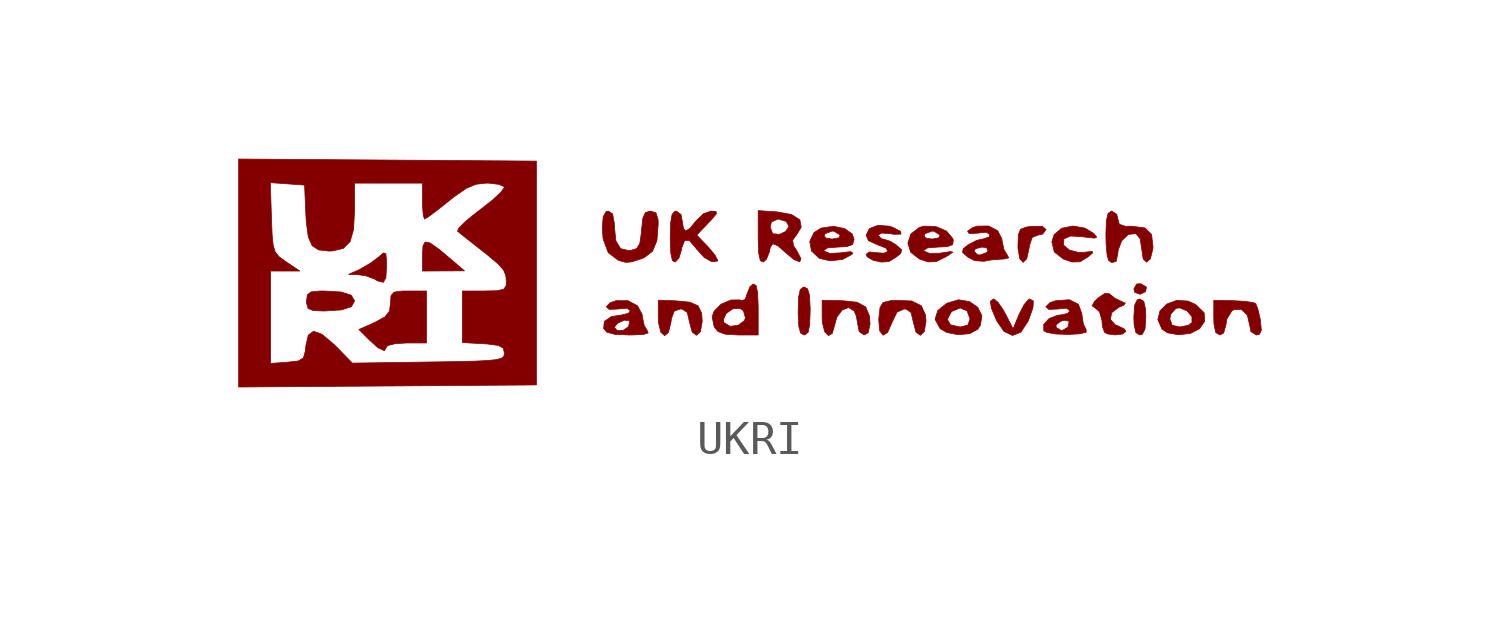
<source format=kicad_sym>
(kicad_symbol_lib
  (version 20231120)
  (generator "kicad_symbol_editor")
  (generator_version "8.0")
  (symbol "UKRI"
    (pin_names
      (offset 1.016))
    (property "Reference" "T"
      (at 0 2.642 0)
      (effects (font (size 1.27 1.27)) (hide yes)))
    (symbol "UKRI_0_0"
      (polyline (pts (xy 11.695 -0.605) (xy 11.724 -0.471) (xy 11.559 -0.373) (xy 11.438 -0.379) (xy 11.354 -0.527) (xy 11.38 -0.625) (xy 11.536 -0.682) (xy 11.695 -0.605)) (stroke (width 0.01) (type default)) (fill (type outline)))
      (polyline (pts (xy -8.867 0.003) (xy -8.252 0.006) (xy -8.662 0.357) (xy -9.003 0.642) (xy -9.26 0.822) (xy -9.404 0.851) (xy -9.467 0.733) (xy -9.481 0.472) (xy -9.481 0) (xy -8.867 0.003)) (stroke (width 0.01) (type default)) (fill (type outline)))
      (polyline (pts (xy 11.604 -1.851) (xy 11.682 -1.693) (xy 11.705 -1.346) (xy 11.698 -1.123) (xy 11.645 -0.888) (xy 11.53 -0.819) (xy 11.455 -0.841) (xy 11.377 -0.999) (xy 11.354 -1.346) (xy 11.361 -1.569) (xy 11.414 -1.804) (xy 11.53 -1.873) (xy 11.604 -1.851)) (stroke (width 0.01) (type default)) (fill (type outline)))
      (polyline (pts (xy -10.553 -0.199) (xy -10.534 0.135) (xy -10.535 0.322) (xy -10.555 0.515) (xy -10.625 0.529) (xy -10.779 0.4) (xy -11.005 0.229) (xy -11.335 0.04) (xy -11.646 -0.098) (xy -11.354 -0.109) (xy -11.139 -0.14) (xy -10.886 -0.234) (xy -10.791 -0.291) (xy -10.629 -0.331) (xy -10.553 -0.199)) (stroke (width 0.01) (type default)) (fill (type outline)))
      (polyline (pts (xy -12.336 -1.17) (xy -11.844 -1.138) (xy -11.561 -1.043) (xy -11.471 -0.878) (xy -11.471 -0.871) (xy -11.568 -0.708) (xy -11.858 -0.615) (xy -12.358 -0.585) (xy -12.485 -0.586) (xy -12.744 -0.611) (xy -12.853 -0.696) (xy -12.876 -0.878) (xy -12.874 -0.949) (xy -12.831 -1.096) (xy -12.68 -1.158) (xy -12.358 -1.171) (xy -12.336 -1.17)) (stroke (width 0.01) (type default)) (fill (type outline)))
      (polyline (pts (xy 1.718 -1.871) (xy 1.812 -1.797) (xy 1.859 -1.578) (xy 1.873 -1.171) (xy 1.873 -1.086) (xy 1.854 -0.713) (xy 1.799 -0.522) (xy 1.697 -0.468) (xy 1.676 -0.47) (xy 1.583 -0.544) (xy 1.535 -0.763) (xy 1.522 -1.171) (xy 1.522 -1.255) (xy 1.541 -1.628) (xy 1.595 -1.819) (xy 1.697 -1.873) (xy 1.718 -1.871)) (stroke (width 0.01) (type default)) (fill (type outline)))
      (polyline (pts (xy 8.217 0.36) (xy 8.289 0.682) (xy 8.297 0.749) (xy 8.378 0.986) (xy 8.552 1.054) (xy 8.681 1.081) (xy 8.779 1.206) (xy 8.778 1.217) (xy 8.672 1.311) (xy 8.369 1.31) (xy 8.205 1.288) (xy 8.035 1.222) (xy 7.97 1.062) (xy 7.96 0.738) (xy 7.961 0.661) (xy 8.013 0.356) (xy 8.112 0.253) (xy 8.217 0.36)) (stroke (width 0.01) (type default)) (fill (type outline)))
      (polyline (pts (xy -10.534 -2.224) (xy -10.495 -2.182) (xy -10.283 -2.128) (xy -9.949 -2.107) (xy -9.364 -2.107) (xy -9.364 -1.346) (xy -9.364 -0.585) (xy -9.891 -0.585) (xy -10.094 -0.587) (xy -10.316 -0.619) (xy -10.403 -0.723) (xy -10.418 -0.942) (xy -10.447 -1.174) (xy -10.581 -1.345) (xy -10.88 -1.506) (xy -11.343 -1.713) (xy -11.029 -2.027) (xy -10.783 -2.248) (xy -10.597 -2.335) (xy -10.534 -2.224)) (stroke (width 0.01) (type default)) (fill (type outline)))
      (polyline (pts (xy 8.047 -1.789) (xy 8.258 -1.467) (xy 8.272 -1.433) (xy 8.4 -1.071) (xy 8.41 -0.877) (xy 8.305 -0.819) (xy 8.274 -0.83) (xy 8.142 -0.981) (xy 7.999 -1.256) (xy 7.817 -1.693) (xy 7.593 -1.256) (xy 7.536 -1.152) (xy 7.374 -0.914) (xy 7.254 -0.819) (xy 7.245 -0.82) (xy 7.152 -0.885) (xy 7.181 -1.089) (xy 7.337 -1.459) (xy 7.546 -1.764) (xy 7.799 -1.888) (xy 8.047 -1.789)) (stroke (width 0.01) (type default)) (fill (type outline)))
      (polyline (pts (xy -2.275 -1.796) (xy -2.202 -1.492) (xy -2.19 -1.394) (xy -2.107 -1.173) (xy -1.931 -1.112) (xy -1.87 -1.116) (xy -1.725 -1.217) (xy -1.661 -1.492) (xy -1.583 -1.786) (xy -1.456 -1.883) (xy -1.339 -1.777) (xy -1.288 -1.47) (xy -1.305 -1.232) (xy -1.409 -1.02) (xy -1.65 -0.912) (xy -2.076 -0.872) (xy -2.575 -0.855) (xy -2.575 -1.364) (xy -2.567 -1.524) (xy -2.497 -1.798) (xy -2.386 -1.893) (xy -2.275 -1.796)) (stroke (width 0.01) (type default)) (fill (type outline)))
      (polyline (pts (xy 2.521 -1.827) (xy 2.597 -1.563) (xy 2.654 -1.354) (xy 2.81 -1.143) (xy 2.999 -1.069) (xy 3.162 -1.171) (xy 3.225 -1.316) (xy 3.276 -1.609) (xy 3.31 -1.773) (xy 3.453 -1.873) (xy 3.572 -1.808) (xy 3.627 -1.551) (xy 3.612 -1.323) (xy 3.502 -1.054) (xy 3.25 -0.915) (xy 2.814 -0.869) (xy 2.224 -0.858) (xy 2.224 -1.365) (xy 2.23 -1.502) (xy 2.298 -1.776) (xy 2.408 -1.891) (xy 2.521 -1.827)) (stroke (width 0.01) (type default)) (fill (type outline)))
      (polyline (pts (xy 5.216 -1.775) (xy 5.267 -1.467) (xy 5.255 -1.294) (xy 5.129 -1.016) (xy 4.846 -0.877) (xy 4.378 -0.859) (xy 4.216 -0.871) (xy 4.009 -0.923) (xy 3.92 -1.069) (xy 3.885 -1.38) (xy 3.882 -1.424) (xy 3.909 -1.752) (xy 4.008 -1.88) (xy 4.143 -1.797) (xy 4.277 -1.492) (xy 4.416 -1.205) (xy 4.623 -1.112) (xy 4.685 -1.116) (xy 4.83 -1.217) (xy 4.894 -1.492) (xy 4.973 -1.788) (xy 5.099 -1.883) (xy 5.216 -1.775)) (stroke (width 0.01) (type default)) (fill (type outline)))
      (polyline (pts (xy 9.777 0.27) (xy 10.015 0.417) (xy 10.146 0.53) (xy 10.137 0.576) (xy 9.92 0.551) (xy 9.738 0.543) (xy 9.465 0.614) (xy 9.298 0.756) (xy 9.302 0.931) (xy 9.312 0.945) (xy 9.502 1.026) (xy 9.876 1.002) (xy 9.948 0.991) (xy 10.2 0.963) (xy 10.267 0.994) (xy 10.183 1.097) (xy 9.923 1.257) (xy 9.568 1.318) (xy 9.237 1.252) (xy 9.018 1.062) (xy 8.952 0.856) (xy 9.024 0.558) (xy 9.293 0.349) (xy 9.54 0.265) (xy 9.777 0.27)) (stroke (width 0.01) (type default)) (fill (type outline)))
      (polyline (pts (xy 11.024 -1.845) (xy 11.12 -1.769) (xy 11.075 -1.697) (xy 10.886 -1.605) (xy 10.814 -1.579) (xy 10.668 -1.421) (xy 10.703 -1.222) (xy 10.915 -1.061) (xy 11.056 -1.004) (xy 11.103 -0.943) (xy 10.944 -0.869) (xy 10.798 -0.797) (xy 10.635 -0.665) (xy 10.511 -0.652) (xy 10.307 -0.788) (xy 10.196 -0.898) (xy 10.133 -1.02) (xy 10.236 -1.093) (xy 10.349 -1.198) (xy 10.418 -1.44) (xy 10.434 -1.627) (xy 10.496 -1.795) (xy 10.589 -1.843) (xy 10.809 -1.871) (xy 11.024 -1.845)) (stroke (width 0.01) (type default)) (fill (type outline)))
      (polyline (pts (xy 15.029 -1.856) (xy 15.088 -1.735) (xy 15.061 -1.449) (xy 15.052 -1.391) (xy 14.985 -1.106) (xy 14.921 -0.952) (xy 14.863 -0.928) (xy 14.62 -0.889) (xy 14.272 -0.869) (xy 13.695 -0.858) (xy 13.695 -1.365) (xy 13.701 -1.56) (xy 13.753 -1.801) (xy 13.87 -1.873) (xy 13.982 -1.819) (xy 14.046 -1.595) (xy 14.082 -1.397) (xy 14.222 -1.171) (xy 14.294 -1.125) (xy 14.509 -1.125) (xy 14.679 -1.296) (xy 14.748 -1.595) (xy 14.782 -1.774) (xy 14.939 -1.873) (xy 15.029 -1.856)) (stroke (width 0.01) (type default)) (fill (type outline)))
      (polyline (pts (xy 6.545 -1.835) (xy 6.784 -1.704) (xy 6.86 -1.588) (xy 6.904 -1.307) (xy 6.781 -1.063) (xy 6.537 -0.895) (xy 6.22 -0.842) (xy 5.875 -0.944) (xy 5.612 -1.156) (xy 5.531 -1.416) (xy 5.89 -1.416) (xy 6.005 -1.202) (xy 6.028 -1.18) (xy 6.266 -1.082) (xy 6.469 -1.166) (xy 6.555 -1.401) (xy 6.495 -1.582) (xy 6.269 -1.639) (xy 6.262 -1.639) (xy 5.984 -1.575) (xy 5.89 -1.416) (xy 5.531 -1.416) (xy 5.531 -1.416) (xy 5.679 -1.683) (xy 5.865 -1.797) (xy 6.203 -1.865) (xy 6.545 -1.835)) (stroke (width 0.01) (type default)) (fill (type outline)))
      (polyline (pts (xy 13.014 -1.826) (xy 13.277 -1.689) (xy 13.429 -1.473) (xy 13.413 -1.222) (xy 13.165 -0.982) (xy 12.943 -0.88) (xy 12.61 -0.86) (xy 12.319 -0.967) (xy 12.119 -1.167) (xy 12.061 -1.401) (xy 12.407 -1.401) (xy 12.44 -1.254) (xy 12.592 -1.092) (xy 12.701 -1.08) (xy 12.909 -1.167) (xy 13.055 -1.335) (xy 13.058 -1.51) (xy 12.944 -1.591) (xy 12.693 -1.639) (xy 12.476 -1.588) (xy 12.407 -1.401) (xy 12.061 -1.401) (xy 12.056 -1.424) (xy 12.179 -1.704) (xy 12.341 -1.81) (xy 12.666 -1.867) (xy 13.014 -1.826)) (stroke (width 0.01) (type default)) (fill (type outline)))
      (polyline (pts (xy 10.836 0.282) (xy 10.886 0.518) (xy 10.891 0.601) (xy 10.998 0.886) (xy 11.193 1.073) (xy 11.416 1.095) (xy 11.539 0.944) (xy 11.588 0.622) (xy 11.627 0.355) (xy 11.728 0.258) (xy 11.839 0.359) (xy 11.911 0.653) (xy 11.915 0.708) (xy 11.873 1.07) (xy 11.677 1.263) (xy 11.306 1.31) (xy 11.097 1.312) (xy 10.928 1.37) (xy 10.886 1.525) (xy 10.853 1.659) (xy 10.71 1.756) (xy 10.696 1.755) (xy 10.599 1.687) (xy 10.549 1.474) (xy 10.535 1.073) (xy 10.542 0.773) (xy 10.57 0.463) (xy 10.613 0.312) (xy 10.705 0.245) (xy 10.836 0.282)) (stroke (width 0.01) (type default)) (fill (type outline)))
      (polyline (pts (xy -3.351 0.269) (xy -3.072 0.358) (xy -2.983 0.394) (xy -2.743 0.579) (xy -2.615 0.89) (xy -2.577 1.375) (xy -2.58 1.506) (xy -2.641 1.703) (xy -2.803 1.756) (xy -2.814 1.756) (xy -2.953 1.71) (xy -3.028 1.544) (xy -3.066 1.2) (xy -3.073 1.1) (xy -3.117 0.803) (xy -3.208 0.659) (xy -3.381 0.604) (xy -3.437 0.598) (xy -3.682 0.657) (xy -3.818 0.888) (xy -3.861 1.317) (xy -3.863 1.401) (xy -3.912 1.672) (xy -4.038 1.756) (xy -4.104 1.74) (xy -4.189 1.59) (xy -4.214 1.251) (xy -4.191 0.94) (xy -4.04 0.537) (xy -3.746 0.315) (xy -3.711 0.303) (xy -3.525 0.253) (xy -3.351 0.269)) (stroke (width 0.01) (type default)) (fill (type outline)))
      (polyline (pts (xy 0.351 -1.102) (xy 0.351 -1.054) (xy 0.335 -0.637) (xy 0.288 -0.422) (xy 0.205 -0.38) (xy 0.11 -0.459) (xy 0.021 -0.684) (xy -0.029 -0.83) (xy -0.132 -0.869) (xy -0.182 -0.846) (xy -0.448 -0.849) (xy -0.736 -0.971) (xy -0.937 -1.172) (xy -0.997 -1.338) (xy -0.981 -1.421) (xy -0.67 -1.421) (xy -0.58 -1.238) (xy -0.389 -1.105) (xy -0.176 -1.096) (xy -0.08 -1.166) (xy -0.022 -1.375) (xy -0.053 -1.453) (xy -0.234 -1.589) (xy -0.47 -1.619) (xy -0.646 -1.517) (xy -0.67 -1.421) (xy -0.981 -1.421) (xy -0.936 -1.639) (xy -0.827 -1.772) (xy -0.61 -1.851) (xy -0.23 -1.873) (xy 0.351 -1.873) (xy 0.351 -1.102)) (stroke (width 0.01) (type default)) (fill (type outline)))
      (polyline (pts (xy 4.184 0.279) (xy 4.396 0.41) (xy 4.525 0.515) (xy 4.554 0.62) (xy 4.396 0.761) (xy 4.223 0.87) (xy 4.016 0.936) (xy 3.956 0.946) (xy 3.863 1.051) (xy 3.863 1.053) (xy 3.966 1.112) (xy 4.214 1.095) (xy 4.337 1.074) (xy 4.536 1.082) (xy 4.522 1.161) (xy 4.285 1.283) (xy 4.189 1.314) (xy 3.86 1.339) (xy 3.61 1.243) (xy 3.512 1.049) (xy 3.582 0.888) (xy 3.864 0.761) (xy 3.883 0.756) (xy 4.098 0.671) (xy 4.149 0.575) (xy 4.037 0.522) (xy 3.797 0.539) (xy 3.607 0.558) (xy 3.512 0.489) (xy 3.543 0.417) (xy 3.716 0.315) (xy 3.965 0.261) (xy 4.184 0.279)) (stroke (width 0.01) (type default)) (fill (type outline)))
      (polyline (pts (xy 2.823 0.339) (xy 3.102 0.491) (xy 3.126 0.524) (xy 3.063 0.568) (xy 2.789 0.537) (xy 2.754 0.531) (xy 2.446 0.517) (xy 2.285 0.582) (xy 2.276 0.607) (xy 2.382 0.677) (xy 2.685 0.702) (xy 2.952 0.715) (xy 3.118 0.78) (xy 3.16 0.927) (xy 3.103 1.088) (xy 2.878 1.245) (xy 2.551 1.31) (xy 2.195 1.258) (xy 1.985 1.125) (xy 1.951 1.054) (xy 2.283 1.054) (xy 2.32 1.096) (xy 2.517 1.171) (xy 2.581 1.162) (xy 2.751 1.054) (xy 2.72 0.973) (xy 2.517 0.936) (xy 2.325 0.967) (xy 2.283 1.054) (xy 1.951 1.054) (xy 1.862 0.867) (xy 1.911 0.589) (xy 2.136 0.374) (xy 2.454 0.299) (xy 2.823 0.339)) (stroke (width 0.01) (type default)) (fill (type outline)))
      (polyline (pts (xy -1.971 0.375) (xy -1.894 0.624) (xy -1.886 0.682) (xy -1.802 0.899) (xy -1.659 0.889) (xy -1.459 0.654) (xy -1.45 0.641) (xy -1.232 0.401) (xy -1.005 0.27) (xy -0.84 0.291) (xy -0.835 0.317) (xy -0.919 0.474) (xy -1.113 0.704) (xy -1.448 1.054) (xy -1.112 1.405) (xy -1.014 1.508) (xy -0.873 1.677) (xy -0.881 1.744) (xy -1.029 1.756) (xy -1.252 1.678) (xy -1.474 1.463) (xy -1.638 1.259) (xy -1.769 1.171) (xy -1.837 1.243) (xy -1.873 1.463) (xy -1.907 1.654) (xy -2.048 1.756) (xy -2.091 1.749) (xy -2.171 1.655) (xy -2.212 1.415) (xy -2.224 0.985) (xy -2.224 0.937) (xy -2.208 0.52) (xy -2.161 0.305) (xy -2.078 0.263) (xy -1.971 0.375)) (stroke (width 0.01) (type default)) (fill (type outline)))
      (polyline (pts (xy 0.592 0.341) (xy 0.681 0.565) (xy 0.707 0.696) (xy 0.782 0.8) (xy 0.93 0.738) (xy 1.192 0.506) (xy 1.404 0.333) (xy 1.569 0.269) (xy 1.604 0.361) (xy 1.478 0.6) (xy 1.387 0.741) (xy 1.36 0.903) (xy 1.49 1.083) (xy 1.611 1.282) (xy 1.572 1.499) (xy 1.329 1.654) (xy 0.895 1.733) (xy 0.351 1.769) (xy 0.351 1.288) (xy 0.702 1.288) (xy 0.739 1.436) (xy 0.929 1.522) (xy 0.948 1.521) (xy 1.172 1.452) (xy 1.255 1.309) (xy 1.156 1.159) (xy 0.98 1.075) (xy 0.777 1.092) (xy 0.702 1.288) (xy 0.351 1.288) (xy 0.351 0.992) (xy 0.351 0.934) (xy 0.367 0.519) (xy 0.414 0.305) (xy 0.497 0.263) (xy 0.592 0.341)) (stroke (width 0.01) (type default)) (fill (type outline)))
      (polyline (pts (xy 9.756 -1.84) (xy 9.957 -1.794) (xy 9.957 -1.717) (xy 9.875 -1.555) (xy 9.832 -1.272) (xy 9.832 -1.252) (xy 9.73 -0.973) (xy 9.464 -0.84) (xy 9.063 -0.87) (xy 8.895 -0.929) (xy 8.778 -1.044) (xy 8.861 -1.124) (xy 9.13 -1.112) (xy 9.381 -1.088) (xy 9.481 -1.161) (xy 9.416 -1.242) (xy 9.203 -1.288) (xy 9.129 -1.293) (xy 8.873 -1.39) (xy 8.714 -1.564) (xy 8.714 -1.583) (xy 9.075 -1.583) (xy 9.206 -1.473) (xy 9.316 -1.441) (xy 9.46 -1.472) (xy 9.427 -1.631) (xy 9.415 -1.65) (xy 9.242 -1.751) (xy 9.079 -1.651) (xy 9.075 -1.583) (xy 8.714 -1.583) (xy 8.717 -1.75) (xy 8.801 -1.797) (xy 9.068 -1.844) (xy 9.437 -1.857) (xy 9.756 -1.84)) (stroke (width 0.01) (type default)) (fill (type outline)))
      (polyline (pts (xy 5.565 0.276) (xy 5.853 0.42) (xy 5.929 0.466) (xy 6.052 0.554) (xy 5.988 0.569) (xy 5.715 0.529) (xy 5.665 0.522) (xy 5.369 0.517) (xy 5.211 0.582) (xy 5.203 0.608) (xy 5.312 0.677) (xy 5.62 0.702) (xy 5.894 0.715) (xy 6.048 0.774) (xy 6.065 0.904) (xy 6.051 0.953) (xy 5.866 1.17) (xy 5.554 1.304) (xy 5.202 1.315) (xy 5.071 1.277) (xy 4.823 1.085) (xy 4.813 1.054) (xy 5.209 1.054) (xy 5.247 1.096) (xy 5.443 1.171) (xy 5.507 1.162) (xy 5.677 1.054) (xy 5.646 0.973) (xy 5.443 0.936) (xy 5.251 0.967) (xy 5.209 1.054) (xy 4.813 1.054) (xy 4.735 0.819) (xy 4.817 0.55) (xy 5.079 0.349) (xy 5.325 0.267) (xy 5.565 0.276)) (stroke (width 0.01) (type default)) (fill (type outline)))
      (polyline (pts (xy -3.331 -1.872) (xy -3.004 -1.857) (xy -2.872 -1.813) (xy -2.903 -1.732) (xy -2.985 -1.601) (xy -3.043 -1.327) (xy -3.048 -1.268) (xy -3.186 -1.015) (xy -3.466 -0.868) (xy -3.815 -0.87) (xy -3.982 -0.93) (xy -4.098 -1.044) (xy -4.014 -1.124) (xy -3.746 -1.112) (xy -3.495 -1.088) (xy -3.394 -1.161) (xy -3.452 -1.24) (xy -3.658 -1.289) (xy -3.948 -1.334) (xy -4.156 -1.476) (xy -4.173 -1.651) (xy -3.863 -1.651) (xy -3.862 -1.643) (xy -3.76 -1.524) (xy -3.57 -1.44) (xy -3.425 -1.453) (xy -3.411 -1.479) (xy -3.448 -1.631) (xy -3.452 -1.636) (xy -3.602 -1.737) (xy -3.778 -1.744) (xy -3.863 -1.651) (xy -4.173 -1.651) (xy -4.176 -1.685) (xy -4.082 -1.791) (xy -3.849 -1.855) (xy -3.433 -1.873) (xy -3.331 -1.872)) (stroke (width 0.01) (type default)) (fill (type outline)))
      (polyline (pts (xy 7.154 0.322) (xy 7.485 0.35) (xy 7.547 0.351) (xy 7.689 0.387) (xy 7.632 0.492) (xy 7.548 0.629) (xy 7.491 0.905) (xy 7.49 0.938) (xy 7.367 1.18) (xy 7.1 1.319) (xy 6.762 1.315) (xy 6.63 1.271) (xy 6.484 1.167) (xy 6.533 1.095) (xy 6.774 1.109) (xy 7.039 1.136) (xy 7.14 1.063) (xy 7.106 0.994) (xy 6.928 0.936) (xy 6.753 0.9) (xy 6.489 0.761) (xy 6.358 0.652) (xy 6.343 0.585) (xy 6.672 0.585) (xy 6.719 0.655) (xy 6.913 0.702) (xy 7.046 0.677) (xy 7.082 0.585) (xy 7.04 0.54) (xy 6.841 0.468) (xy 6.766 0.48) (xy 6.672 0.585) (xy 6.343 0.585) (xy 6.335 0.547) (xy 6.496 0.404) (xy 6.695 0.304) (xy 6.965 0.285) (xy 7.154 0.322)) (stroke (width 0.01) (type default)) (fill (type outline)))
      (polyline (pts (xy -10.505 -3.367) (xy -6.145 -3.336) (xy -6.145 -0.059) (xy -6.145 3.219) (xy -10.505 3.25) (xy -14.865 3.28) (xy -14.865 2.589) (xy -13.938 2.589) (xy -13.436 2.553) (xy -12.934 2.517) (xy -12.899 1.702) (xy -12.884 1.432) (xy -12.826 1.001) (xy -12.713 0.743) (xy -12.521 0.618) (xy -12.226 0.585) (xy -12.117 0.588) (xy -11.801 0.662) (xy -11.603 0.859) (xy -11.5 1.215) (xy -11.471 1.764) (xy -11.471 2.575) (xy -10.476 2.575) (xy -9.481 2.575) (xy -9.481 2.048) (xy -9.478 1.891) (xy -9.457 1.626) (xy -9.421 1.522) (xy -9.418 1.522) (xy -9.291 1.601) (xy -9.04 1.789) (xy -8.714 2.048) (xy -8.554 2.176) (xy -8.2 2.421) (xy -7.91 2.542) (xy -7.611 2.575) (xy -7.525 2.573) (xy -7.237 2.537) (xy -7.088 2.468) (xy -7.086 2.446) (xy -7.192 2.3) (xy -7.438 2.072) (xy -7.784 1.801) (xy -7.899 1.715) (xy -8.213 1.46) (xy -8.412 1.265) (xy -8.457 1.168) (xy -8.349 1.08) (xy -8.103 0.885) (xy -7.784 0.634) (xy -7.553 0.452) (xy -7.266 0.208) (xy -7.108 0.03) (xy -7.04 -0.131) (xy -7.025 -0.322) (xy -7.033 -0.438) (xy -7.105 -0.535) (xy -7.297 -0.577) (xy -7.667 -0.585) (xy -8.311 -0.585) (xy -8.311 -1.34) (xy -8.311 -2.095) (xy -7.696 -2.13) (xy -7.549 -2.14) (xy -7.252 -2.181) (xy -7.115 -2.259) (xy -7.082 -2.4) (xy -7.082 -2.422) (xy -7.099 -2.498) (xy -7.166 -2.554) (xy -7.311 -2.594) (xy -7.568 -2.621) (xy -7.965 -2.64) (xy -8.535 -2.653) (xy -9.309 -2.665) (xy -11.536 -2.697) (xy -11.995 -2.226) (xy -12.075 -2.147) (xy -12.424 -1.853) (xy -12.671 -1.763) (xy -12.825 -1.877) (xy -12.898 -2.195) (xy -12.912 -2.344) (xy -12.969 -2.547) (xy -13.118 -2.634) (xy -13.431 -2.67) (xy -13.929 -2.706) (xy -13.929 -1.353) (xy -13.929 0) (xy -13.502 0) (xy -13.075 0) (xy -13.473 0.268) (xy -13.497 0.284) (xy -13.679 0.417) (xy -13.792 0.554) (xy -13.854 0.752) (xy -13.885 1.069) (xy -13.904 1.562) (xy -13.938 2.589) (xy -14.865 2.589) (xy -14.865 -0.059) (xy -14.865 -3.397) (xy -10.505 -3.367)) (stroke (width 0.01) (type default)) (fill (type outline))))))
</source>
